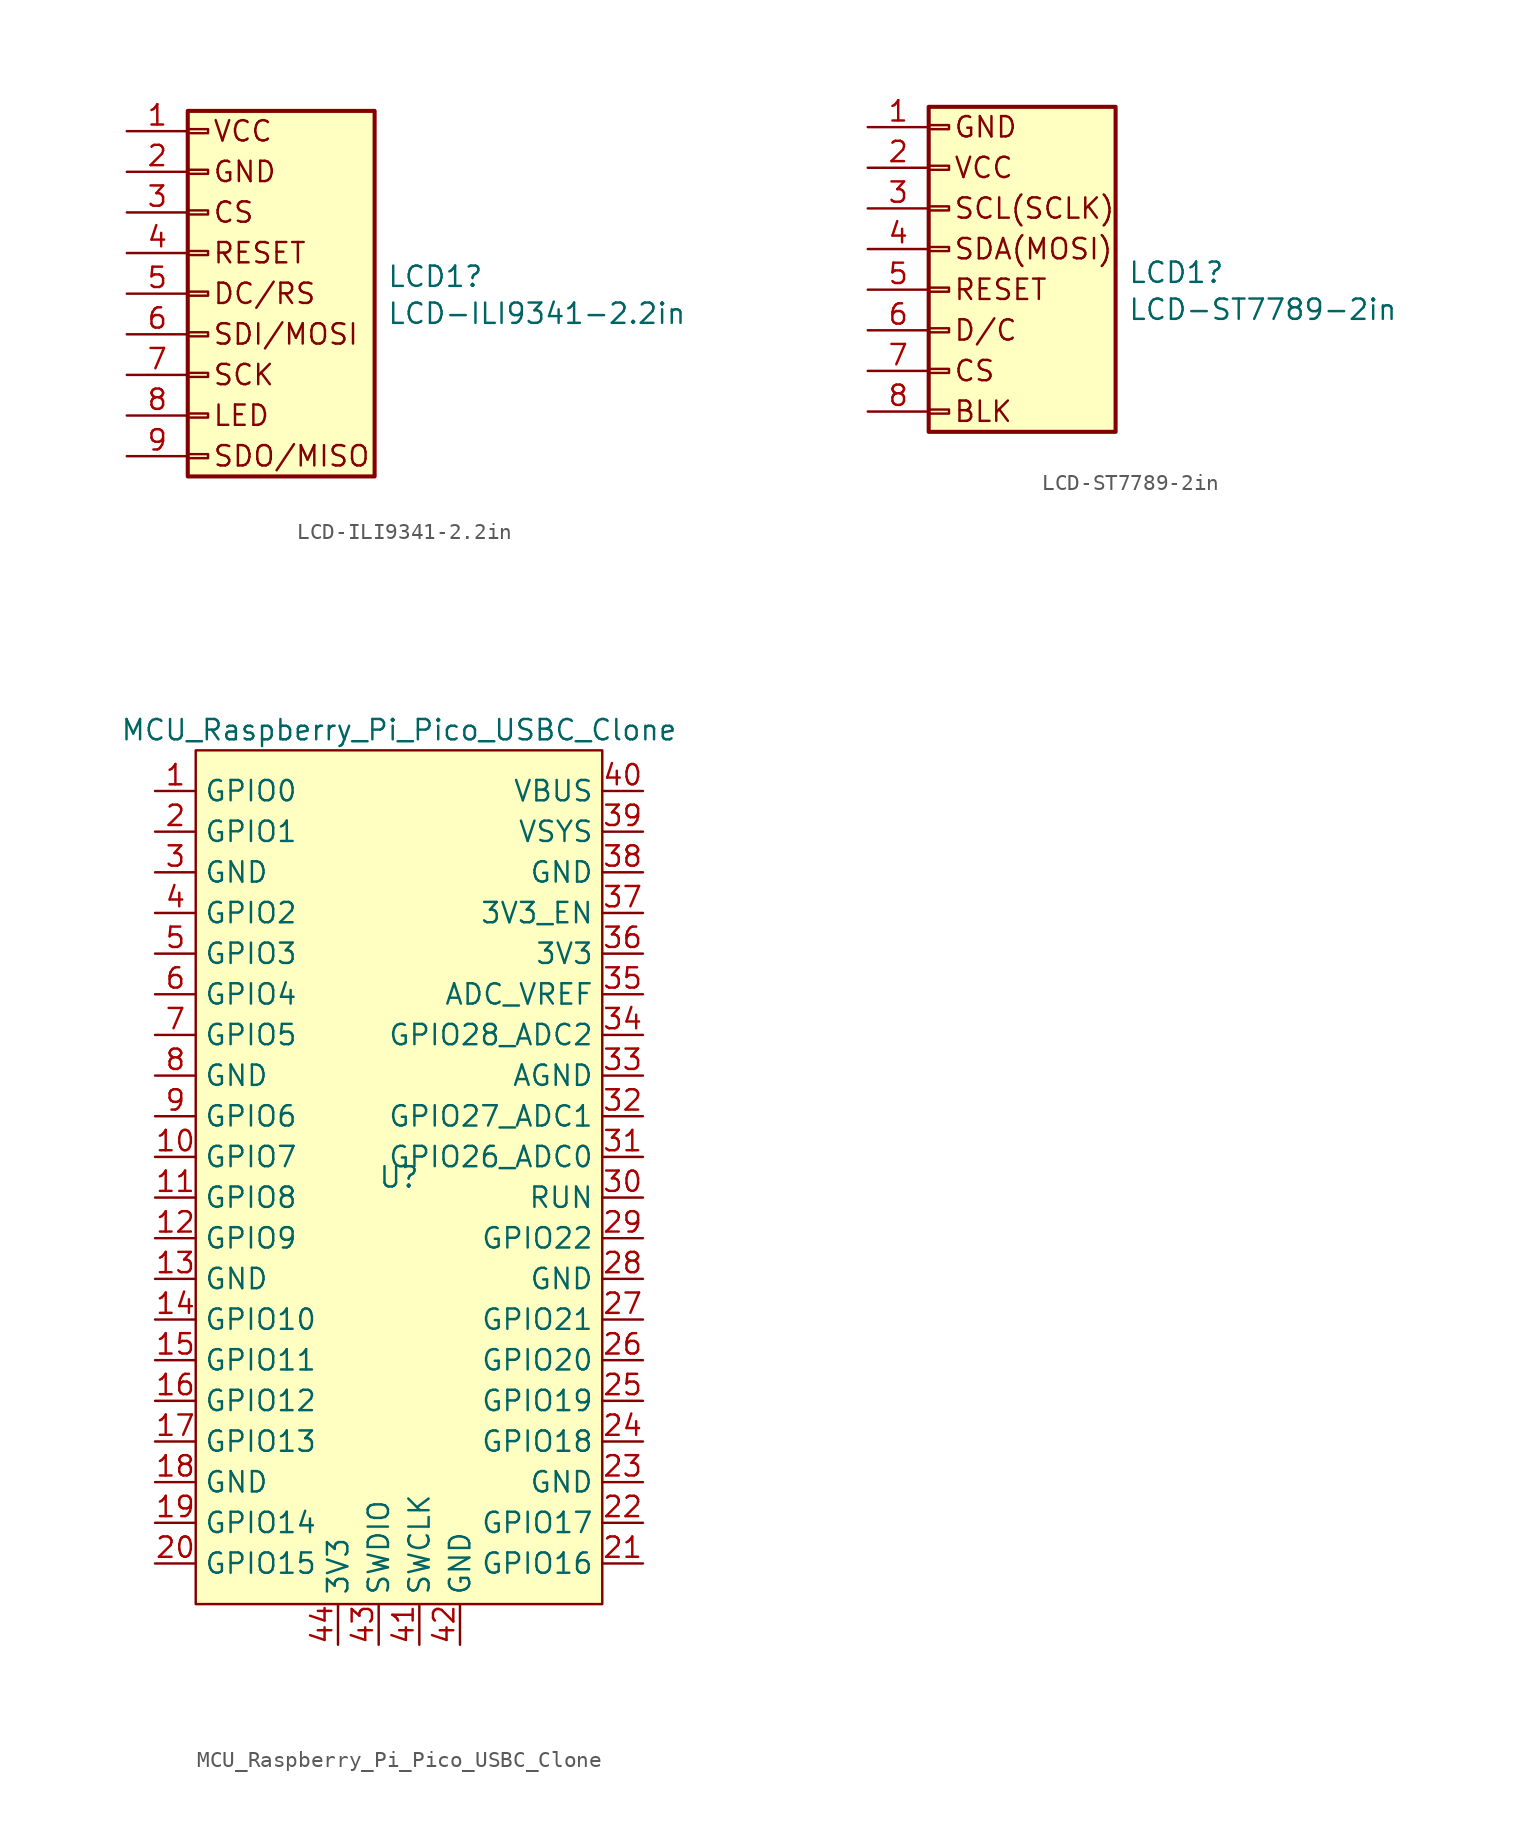
<source format=kicad_sym>
(kicad_symbol_lib
  (version 20220914)
  (generator kicad_symbol_editor)
  (symbol "LCD-ILI9341-2.2in"
    (pin_names
      (offset 1.016) hide)
    (property "Reference" "LCD1"
      (at 11.176 1.067 0)
      (effects (font (size 1.27 1.27)) (justify left)))
    (property "Value" "LCD-ILI9341-2.2in"
      (at 11.176 -1.245 0)
      (effects (font (size 1.27 1.27)) (justify left)))
    (symbol "LCD-ILI9341-2.2in_0_0"
      (text "VCC" (at 0.254 10.16 0) (effects (font (size 1.27 1.27)) (justify left))))
    (symbol "LCD-ILI9341-2.2in_1_1"
      (rectangle (start -1.27 -10.033) (end 0 -10.287) (stroke (width 0.152) (type solid)) (fill (type none)))
      (rectangle (start -1.27 -7.493) (end 0 -7.747) (stroke (width 0.152) (type solid)) (fill (type none)))
      (rectangle (start -1.27 -4.953) (end 0 -5.207) (stroke (width 0.152) (type solid)) (fill (type none)))
      (rectangle (start -1.27 -2.413) (end 0 -2.667) (stroke (width 0.152) (type solid)) (fill (type none)))
      (rectangle (start -1.27 0.127) (end 0 -0.127) (stroke (width 0.152) (type solid)) (fill (type none)))
      (rectangle (start -1.27 2.667) (end 0 2.413) (stroke (width 0.152) (type solid)) (fill (type none)))
      (rectangle (start -1.27 5.207) (end 0 4.953) (stroke (width 0.152) (type solid)) (fill (type none)))
      (rectangle (start -1.27 7.747) (end 0 7.493) (stroke (width 0.152) (type solid)) (fill (type none)))
      (rectangle (start -1.27 10.287) (end 0 10.033) (stroke (width 0.152) (type solid)) (fill (type none)))
      (rectangle (start -1.27 11.43) (end 10.414 -11.43) (stroke (width 0.254) (type solid)) (fill (type background)))
      (text "CS" (at 0.254 5.08 0) (effects (font (size 1.27 1.27)) (justify left)))
      (text "DC/RS" (at 0.254 0 0) (effects (font (size 1.27 1.27)) (justify left)))
      (text "GND" (at 0.254 7.62 0) (effects (font (size 1.27 1.27)) (justify left)))
      (text "LED" (at 0.254 -7.62 0) (effects (font (size 1.27 1.27)) (justify left)))
      (text "RESET" (at 0.254 2.54 0) (effects (font (size 1.27 1.27)) (justify left)))
      (text "SCK" (at 0.254 -5.08 0) (effects (font (size 1.27 1.27)) (justify left)))
      (text "SDI/MOSI" (at 0.254 -2.54 0) (effects (font (size 1.27 1.27)) (justify left)))
      (text "SDO/MISO" (at 0.254 -10.16 0) (effects (font (size 1.27 1.27)) (justify left)))
      (pin passive line (at -5.08 10.16 0) (length 3.81) (name "Pin_1" (effects (font (size 1.27 1.27)))) (number "1" (effects (font (size 1.27 1.27)))))
      (pin passive line (at -5.08 7.62 0) (length 3.81) (name "Pin_2" (effects (font (size 1.27 1.27)))) (number "2" (effects (font (size 1.27 1.27)))))
      (pin passive line (at -5.08 5.08 0) (length 3.81) (name "Pin_3" (effects (font (size 1.27 1.27)))) (number "3" (effects (font (size 1.27 1.27)))))
      (pin passive line (at -5.08 2.54 0) (length 3.81) (name "Pin_4" (effects (font (size 1.27 1.27)))) (number "4" (effects (font (size 1.27 1.27)))))
      (pin passive line (at -5.08 0 0) (length 3.81) (name "Pin_5" (effects (font (size 1.27 1.27)))) (number "5" (effects (font (size 1.27 1.27)))))
      (pin passive line (at -5.08 -2.54 0) (length 3.81) (name "Pin_6" (effects (font (size 1.27 1.27)))) (number "6" (effects (font (size 1.27 1.27)))))
      (pin passive line (at -5.08 -5.08 0) (length 3.81) (name "Pin_7" (effects (font (size 1.27 1.27)))) (number "7" (effects (font (size 1.27 1.27)))))
      (pin passive line (at -5.08 -7.62 0) (length 3.81) (name "Pin_8" (effects (font (size 1.27 1.27)))) (number "8" (effects (font (size 1.27 1.27)))))
      (pin passive line (at -5.08 -10.16 0) (length 3.81) (name "Pin_9" (effects (font (size 1.27 1.27)))) (number "9" (effects (font (size 1.27 1.27)))))))
  (symbol "LCD-ST7789-2in"
    (pin_names
      (offset 1.016) hide)
    (property "Reference" "LCD1"
      (at 11.176 1.067 0)
      (effects (font (size 1.27 1.27)) (justify left)))
    (property "Value" "LCD-ST7789-2in"
      (at 11.176 -1.245 0)
      (effects (font (size 1.27 1.27)) (justify left)))
    (symbol "LCD-ST7789-2in_1_0"
      (text "GND\n" (at 0.254 10.16 0) (effects (font (size 1.27 1.27)) (justify left))))
    (symbol "LCD-ST7789-2in_1_1"
      (rectangle (start -1.27 -7.493) (end 0 -7.747) (stroke (width 0.152) (type solid)) (fill (type none)))
      (rectangle (start -1.27 -4.953) (end 0 -5.207) (stroke (width 0.152) (type solid)) (fill (type none)))
      (rectangle (start -1.27 -2.413) (end 0 -2.667) (stroke (width 0.152) (type solid)) (fill (type none)))
      (rectangle (start -1.27 0.127) (end 0 -0.127) (stroke (width 0.152) (type solid)) (fill (type none)))
      (rectangle (start -1.27 2.667) (end 0 2.413) (stroke (width 0.152) (type solid)) (fill (type none)))
      (rectangle (start -1.27 5.207) (end 0 4.953) (stroke (width 0.152) (type solid)) (fill (type none)))
      (rectangle (start -1.27 7.747) (end 0 7.493) (stroke (width 0.152) (type solid)) (fill (type none)))
      (rectangle (start -1.27 10.287) (end 0 10.033) (stroke (width 0.152) (type solid)) (fill (type none)))
      (rectangle (start -1.27 11.43) (end 10.414 -8.89) (stroke (width 0.254) (type solid)) (fill (type background)))
      (text "BLK" (at 0.254 -7.62 0) (effects (font (size 1.27 1.27)) (justify left)))
      (text "CS" (at 0.254 -5.08 0) (effects (font (size 1.27 1.27)) (justify left)))
      (text "D/C" (at 0.254 -2.54 0) (effects (font (size 1.27 1.27)) (justify left)))
      (text "RESET\n" (at 0.254 0 0) (effects (font (size 1.27 1.27)) (justify left)))
      (text "SCL(SCLK)" (at 0.254 5.08 0) (effects (font (size 1.27 1.27)) (justify left)))
      (text "SDA(MOSI)" (at 0.254 2.54 0) (effects (font (size 1.27 1.27)) (justify left)))
      (text "VCC" (at 0.254 7.62 0) (effects (font (size 1.27 1.27)) (justify left)))
      (pin passive line (at -5.08 10.16 0) (length 3.81) (name "Pin_1" (effects (font (size 1.27 1.27)))) (number "1" (effects (font (size 1.27 1.27)))))
      (pin passive line (at -5.08 7.62 0) (length 3.81) (name "Pin_2" (effects (font (size 1.27 1.27)))) (number "2" (effects (font (size 1.27 1.27)))))
      (pin passive line (at -5.08 5.08 0) (length 3.81) (name "Pin_3" (effects (font (size 1.27 1.27)))) (number "3" (effects (font (size 1.27 1.27)))))
      (pin passive line (at -5.08 2.54 0) (length 3.81) (name "Pin_4" (effects (font (size 1.27 1.27)))) (number "4" (effects (font (size 1.27 1.27)))))
      (pin passive line (at -5.08 0 0) (length 3.81) (name "Pin_5" (effects (font (size 1.27 1.27)))) (number "5" (effects (font (size 1.27 1.27)))))
      (pin passive line (at -5.08 -2.54 0) (length 3.81) (name "Pin_6" (effects (font (size 1.27 1.27)))) (number "6" (effects (font (size 1.27 1.27)))))
      (pin passive line (at -5.08 -5.08 0) (length 3.81) (name "Pin_7" (effects (font (size 1.27 1.27)))) (number "7" (effects (font (size 1.27 1.27)))))
      (pin passive line (at -5.08 -7.62 0) (length 3.81) (name "Pin_8" (effects (font (size 1.27 1.27)))) (number "8" (effects (font (size 1.27 1.27)))))))
  (symbol "MCU_Raspberry_Pi_Pico_USBC_Clone"
    (property "Reference" "U"
      (at 0 0 0)
      (effects (font (size 1.27 1.27))))
    (property "Value" "MCU_Raspberry_Pi_Pico_USBC_Clone"
      (at 0 27.94 0)
      (effects (font (size 1.27 1.27))))
    (symbol "MCU_Raspberry_Pi_Pico_USBC_Clone_0_1"
      (rectangle (start -12.7 26.67) (end 12.7 -26.67) (stroke (width 0) (type default)) (fill (type background))))
    (symbol "MCU_Raspberry_Pi_Pico_USBC_Clone_1_1"
      (pin bidirectional line (at -15.24 24.13 0) (length 2.54) (name "GPIO0" (effects (font (size 1.27 1.27)))) (number "1" (effects (font (size 1.27 1.27)))))
      (pin bidirectional line (at -15.24 1.27 0) (length 2.54) (name "GPIO7" (effects (font (size 1.27 1.27)))) (number "10" (effects (font (size 1.27 1.27)))))
      (pin bidirectional line (at -15.24 -1.27 0) (length 2.54) (name "GPIO8" (effects (font (size 1.27 1.27)))) (number "11" (effects (font (size 1.27 1.27)))))
      (pin bidirectional line (at -15.24 -3.81 0) (length 2.54) (name "GPIO9" (effects (font (size 1.27 1.27)))) (number "12" (effects (font (size 1.27 1.27)))))
      (pin power_in line (at -15.24 -6.35 0) (length 2.54) (name "GND" (effects (font (size 1.27 1.27)))) (number "13" (effects (font (size 1.27 1.27)))))
      (pin bidirectional line (at -15.24 -8.89 0) (length 2.54) (name "GPIO10" (effects (font (size 1.27 1.27)))) (number "14" (effects (font (size 1.27 1.27)))))
      (pin bidirectional line (at -15.24 -11.43 0) (length 2.54) (name "GPIO11" (effects (font (size 1.27 1.27)))) (number "15" (effects (font (size 1.27 1.27)))))
      (pin bidirectional line (at -15.24 -13.97 0) (length 2.54) (name "GPIO12" (effects (font (size 1.27 1.27)))) (number "16" (effects (font (size 1.27 1.27)))))
      (pin bidirectional line (at -15.24 -16.51 0) (length 2.54) (name "GPIO13" (effects (font (size 1.27 1.27)))) (number "17" (effects (font (size 1.27 1.27)))))
      (pin power_in line (at -15.24 -19.05 0) (length 2.54) (name "GND" (effects (font (size 1.27 1.27)))) (number "18" (effects (font (size 1.27 1.27)))))
      (pin bidirectional line (at -15.24 -21.59 0) (length 2.54) (name "GPIO14" (effects (font (size 1.27 1.27)))) (number "19" (effects (font (size 1.27 1.27)))))
      (pin bidirectional line (at -15.24 21.59 0) (length 2.54) (name "GPIO1" (effects (font (size 1.27 1.27)))) (number "2" (effects (font (size 1.27 1.27)))))
      (pin bidirectional line (at -15.24 -24.13 0) (length 2.54) (name "GPIO15" (effects (font (size 1.27 1.27)))) (number "20" (effects (font (size 1.27 1.27)))))
      (pin bidirectional line (at 15.24 -24.13 180) (length 2.54) (name "GPIO16" (effects (font (size 1.27 1.27)))) (number "21" (effects (font (size 1.27 1.27)))))
      (pin bidirectional line (at 15.24 -21.59 180) (length 2.54) (name "GPIO17" (effects (font (size 1.27 1.27)))) (number "22" (effects (font (size 1.27 1.27)))))
      (pin power_in line (at 15.24 -19.05 180) (length 2.54) (name "GND" (effects (font (size 1.27 1.27)))) (number "23" (effects (font (size 1.27 1.27)))))
      (pin bidirectional line (at 15.24 -16.51 180) (length 2.54) (name "GPIO18" (effects (font (size 1.27 1.27)))) (number "24" (effects (font (size 1.27 1.27)))))
      (pin bidirectional line (at 15.24 -13.97 180) (length 2.54) (name "GPIO19" (effects (font (size 1.27 1.27)))) (number "25" (effects (font (size 1.27 1.27)))))
      (pin bidirectional line (at 15.24 -11.43 180) (length 2.54) (name "GPIO20" (effects (font (size 1.27 1.27)))) (number "26" (effects (font (size 1.27 1.27)))))
      (pin bidirectional line (at 15.24 -8.89 180) (length 2.54) (name "GPIO21" (effects (font (size 1.27 1.27)))) (number "27" (effects (font (size 1.27 1.27)))))
      (pin power_in line (at 15.24 -6.35 180) (length 2.54) (name "GND" (effects (font (size 1.27 1.27)))) (number "28" (effects (font (size 1.27 1.27)))))
      (pin bidirectional line (at 15.24 -3.81 180) (length 2.54) (name "GPIO22" (effects (font (size 1.27 1.27)))) (number "29" (effects (font (size 1.27 1.27)))))
      (pin power_in line (at -15.24 19.05 0) (length 2.54) (name "GND" (effects (font (size 1.27 1.27)))) (number "3" (effects (font (size 1.27 1.27)))))
      (pin input line (at 15.24 -1.27 180) (length 2.54) (name "RUN" (effects (font (size 1.27 1.27)))) (number "30" (effects (font (size 1.27 1.27)))))
      (pin bidirectional line (at 15.24 1.27 180) (length 2.54) (name "GPIO26_ADC0" (effects (font (size 1.27 1.27)))) (number "31" (effects (font (size 1.27 1.27)))))
      (pin bidirectional line (at 15.24 3.81 180) (length 2.54) (name "GPIO27_ADC1" (effects (font (size 1.27 1.27)))) (number "32" (effects (font (size 1.27 1.27)))))
      (pin power_in line (at 15.24 6.35 180) (length 2.54) (name "AGND" (effects (font (size 1.27 1.27)))) (number "33" (effects (font (size 1.27 1.27)))))
      (pin bidirectional line (at 15.24 8.89 180) (length 2.54) (name "GPIO28_ADC2" (effects (font (size 1.27 1.27)))) (number "34" (effects (font (size 1.27 1.27)))))
      (pin power_in line (at 15.24 11.43 180) (length 2.54) (name "ADC_VREF" (effects (font (size 1.27 1.27)))) (number "35" (effects (font (size 1.27 1.27)))))
      (pin power_in line (at 15.24 13.97 180) (length 2.54) (name "3V3" (effects (font (size 1.27 1.27)))) (number "36" (effects (font (size 1.27 1.27)))))
      (pin input line (at 15.24 16.51 180) (length 2.54) (name "3V3_EN" (effects (font (size 1.27 1.27)))) (number "37" (effects (font (size 1.27 1.27)))))
      (pin bidirectional line (at 15.24 19.05 180) (length 2.54) (name "GND" (effects (font (size 1.27 1.27)))) (number "38" (effects (font (size 1.27 1.27)))))
      (pin power_in line (at 15.24 21.59 180) (length 2.54) (name "VSYS" (effects (font (size 1.27 1.27)))) (number "39" (effects (font (size 1.27 1.27)))))
      (pin bidirectional line (at -15.24 16.51 0) (length 2.54) (name "GPIO2" (effects (font (size 1.27 1.27)))) (number "4" (effects (font (size 1.27 1.27)))))
      (pin power_in line (at 15.24 24.13 180) (length 2.54) (name "VBUS" (effects (font (size 1.27 1.27)))) (number "40" (effects (font (size 1.27 1.27)))))
      (pin input line (at 1.27 -29.21 90) (length 2.54) (name "SWCLK" (effects (font (size 1.27 1.27)))) (number "41" (effects (font (size 1.27 1.27)))))
      (pin power_in line (at 3.81 -29.21 90) (length 2.54) (name "GND" (effects (font (size 1.27 1.27)))) (number "42" (effects (font (size 1.27 1.27)))))
      (pin bidirectional line (at -1.27 -29.21 90) (length 2.54) (name "SWDIO" (effects (font (size 1.27 1.27)))) (number "43" (effects (font (size 1.27 1.27)))))
      (pin power_in line (at -3.81 -29.21 90) (length 2.54) (name "3V3" (effects (font (size 1.27 1.27)))) (number "44" (effects (font (size 1.27 1.27)))))
      (pin bidirectional line (at -15.24 13.97 0) (length 2.54) (name "GPIO3" (effects (font (size 1.27 1.27)))) (number "5" (effects (font (size 1.27 1.27)))))
      (pin bidirectional line (at -15.24 11.43 0) (length 2.54) (name "GPIO4" (effects (font (size 1.27 1.27)))) (number "6" (effects (font (size 1.27 1.27)))))
      (pin bidirectional line (at -15.24 8.89 0) (length 2.54) (name "GPIO5" (effects (font (size 1.27 1.27)))) (number "7" (effects (font (size 1.27 1.27)))))
      (pin power_in line (at -15.24 6.35 0) (length 2.54) (name "GND" (effects (font (size 1.27 1.27)))) (number "8" (effects (font (size 1.27 1.27)))))
      (pin bidirectional line (at -15.24 3.81 0) (length 2.54) (name "GPIO6" (effects (font (size 1.27 1.27)))) (number "9" (effects (font (size 1.27 1.27))))))))
</source>
